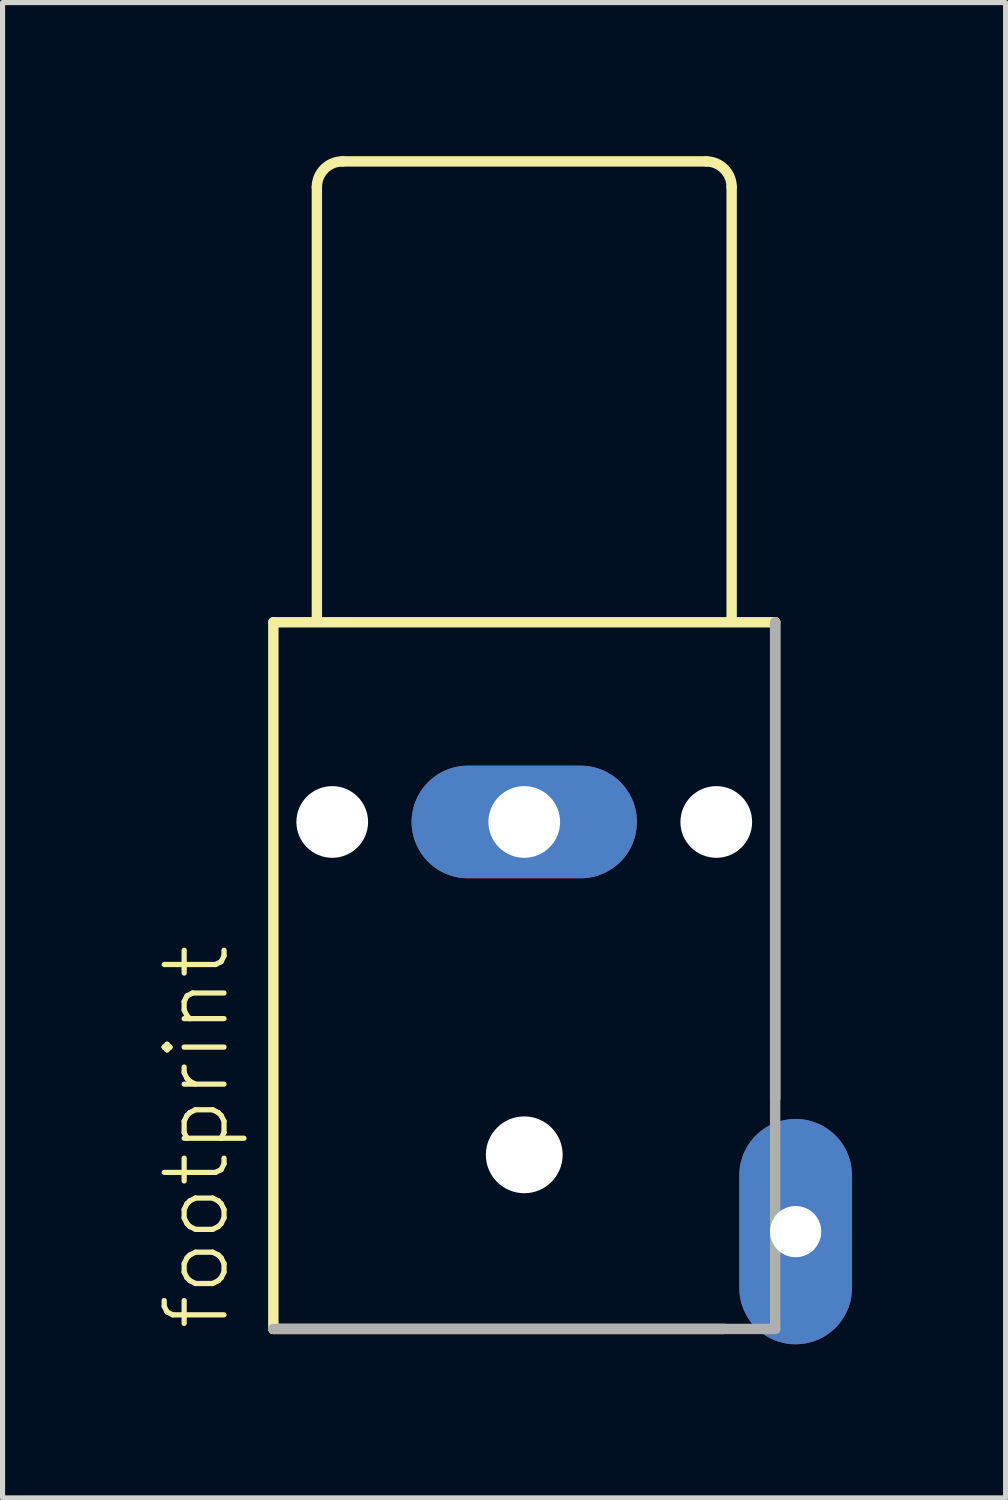
<source format=kicad_pcb>
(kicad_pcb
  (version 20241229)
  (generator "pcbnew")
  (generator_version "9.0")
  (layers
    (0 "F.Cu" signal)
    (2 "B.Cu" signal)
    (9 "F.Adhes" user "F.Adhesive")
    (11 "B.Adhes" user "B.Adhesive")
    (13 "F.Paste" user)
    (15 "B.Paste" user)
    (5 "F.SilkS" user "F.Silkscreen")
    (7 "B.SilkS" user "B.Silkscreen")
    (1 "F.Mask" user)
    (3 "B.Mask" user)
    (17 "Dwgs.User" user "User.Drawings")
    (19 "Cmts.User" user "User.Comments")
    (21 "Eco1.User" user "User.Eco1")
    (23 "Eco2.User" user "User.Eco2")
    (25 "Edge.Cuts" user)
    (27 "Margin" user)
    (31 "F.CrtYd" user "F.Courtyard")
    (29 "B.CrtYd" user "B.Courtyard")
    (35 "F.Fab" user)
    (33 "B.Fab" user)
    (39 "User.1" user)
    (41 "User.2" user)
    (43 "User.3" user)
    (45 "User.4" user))
  (footprint "footprint"
    (layer "F.Cu")
    (at 7.188 9.002)
    (property "Reference" "footprint" (at -5.715 13.97 90) (layer "F.SilkS") (effects (font (size 1.168 1.168) (thickness 0.102)) (justify left bottom)))
    (fp_line (start -4.9 0.1) (end -4.9 13.9) (stroke (width 0.203) (type solid)) (layer "F.SilkS"))
    (fp_line (start -4.9 0.1) (end 4.9 0.1) (stroke (width 0.203) (type solid)) (layer "F.SilkS"))
    (fp_line (start -4.9 13.9) (end 3.9 13.9) (stroke (width 0.203) (type solid)) (layer "F.SilkS"))
    (fp_line (start -4.05 0) (end -4.05 -8.4) (stroke (width 0.203) (type solid)) (layer "F.SilkS"))
    (fp_line (start -3.55 -8.9) (end 3.55 -8.9) (stroke (width 0.203) (type solid)) (layer "F.SilkS"))
    (fp_line (start 4.05 -8.4) (end 4.05 0) (stroke (width 0.203) (type solid)) (layer "F.SilkS"))
    (fp_line (start 4.9 0.1) (end 4.9 9.4) (stroke (width 0.203) (type solid)) (layer "F.SilkS"))
    (fp_arc (start -4.05 -8.4) (mid -3.903553 -8.753553) (end -3.55 -8.9) (stroke (width 0.2032) (type solid)) (layer "F.SilkS"))
    (fp_arc (start 3.55 -8.9) (mid 3.903553 -8.753553) (end 4.05 -8.4) (stroke (width 0.2032) (type solid)) (layer "F.SilkS"))
    (fp_line (start -4.9 13.9) (end 4.9 13.9) (stroke (width 0.203) (type solid)) (layer "F.Fab"))
    (fp_line (start 4.9 0.1) (end 4.9 13.9) (stroke (width 0.203) (type solid)) (layer "F.Fab"))
    (pad "" np_thru_hole circle (at -3.75 4) (size 1.4 1.4) (drill 1.4) (layers "*.Cu" "*.Mask"))
    (pad "" np_thru_hole circle (at 0 10.5) (size 1.5 1.5) (drill 1.5) (layers "*.Cu" "*.Mask"))
    (pad "" np_thru_hole circle (at 3.75 4) (size 1.4 1.4) (drill 1.4) (layers "*.Cu" "*.Mask"))
    (pad "S" thru_hole oval (at 0 4) (size 4.4 2.2) (drill 1.4) (layers "*.Cu" "*.Mask"))
    (pad "T" thru_hole oval (at 5.3 12 90) (size 4.4 2.2) (drill 1) (layers "*.Cu" "*.Mask")))
  (gr_rect
    (start -3 -3)
    (end 16.588 26.202)
    (stroke (width 0.1) (type default))
    (fill no)
    (layer "Edge.Cuts")))
</source>
